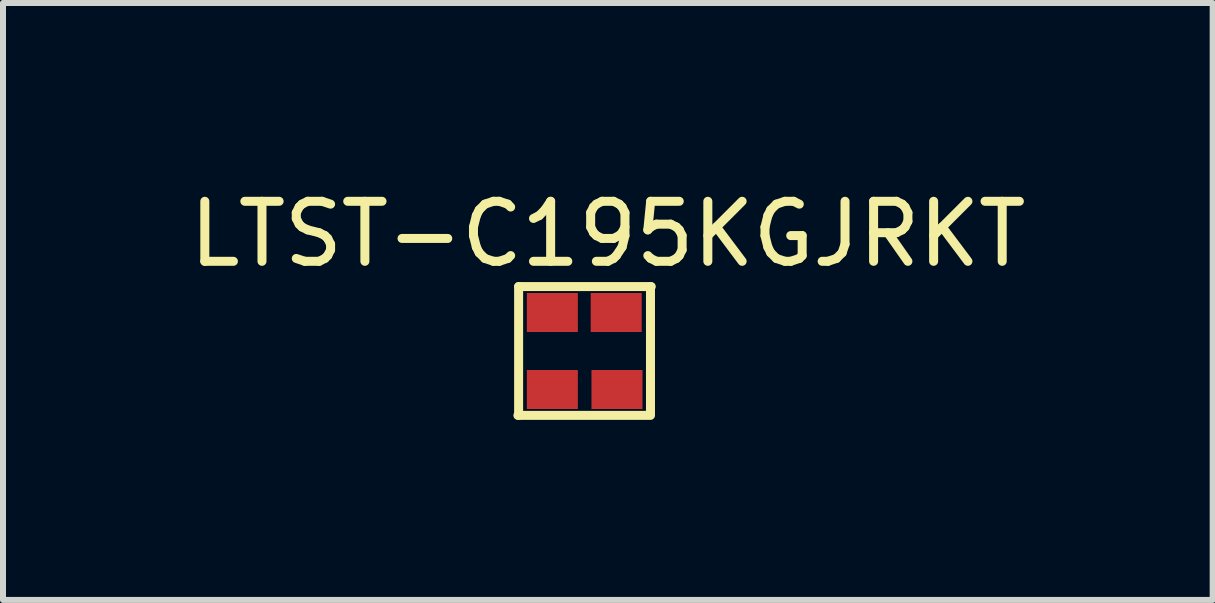
<source format=kicad_pcb>
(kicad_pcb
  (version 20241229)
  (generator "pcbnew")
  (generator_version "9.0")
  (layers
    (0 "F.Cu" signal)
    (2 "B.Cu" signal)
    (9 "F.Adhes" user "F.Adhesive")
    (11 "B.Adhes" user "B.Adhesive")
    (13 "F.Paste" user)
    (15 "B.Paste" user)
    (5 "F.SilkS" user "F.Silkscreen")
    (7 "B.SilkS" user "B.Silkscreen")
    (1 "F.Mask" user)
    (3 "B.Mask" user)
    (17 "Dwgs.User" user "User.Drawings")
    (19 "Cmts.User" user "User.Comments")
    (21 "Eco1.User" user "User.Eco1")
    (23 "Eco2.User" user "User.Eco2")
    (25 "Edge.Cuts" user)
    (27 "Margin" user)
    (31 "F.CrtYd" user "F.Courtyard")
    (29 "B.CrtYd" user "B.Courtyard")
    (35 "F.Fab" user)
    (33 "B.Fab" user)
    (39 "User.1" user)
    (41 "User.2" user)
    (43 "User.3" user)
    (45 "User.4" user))
  (footprint "LTST-C195KGJRKT"
    (layer "F.Cu")
    (at 6.404 2.614)
    (property "Reference" "LTST-C195KGJRKT" (at 0.673 -1.765 0) (layer "F.SilkS") (effects (font (size 1 1) (thickness 0.15))))
    (attr through_hole)
    (fp_line (start -0.813 -0.889) (end -0.787 -0.876) (stroke (width 0.15) (type solid)) (layer "F.SilkS"))
    (fp_line (start -0.813 1.257) (end -0.813 -0.889) (stroke (width 0.15) (type solid)) (layer "F.SilkS"))
    (fp_line (start -0.787 -0.889) (end 1.397 -0.889) (stroke (width 0.15) (type solid)) (layer "F.SilkS"))
    (fp_line (start 1.384 -0.889) (end 1.384 1.232) (stroke (width 0.15) (type solid)) (layer "F.SilkS"))
    (fp_line (start 1.384 1.257) (end -0.825 1.257) (stroke (width 0.15) (type solid)) (layer "F.SilkS"))
    (pad "1" smd rect (at -0.251 -0.457) (size 0.85 0.65) (layers "F.Cu" "F.Mask" "F.Paste"))
    (pad "2" smd rect (at 0.813 -0.457) (size 0.85 0.65) (layers "F.Cu" "F.Mask" "F.Paste"))
    (pad "3" smd rect (at -0.251 0.826) (size 0.85 0.65) (layers "F.Cu" "F.Mask" "F.Paste"))
    (pad "4" smd rect (at 0.826 0.826) (size 0.85 0.65) (layers "F.Cu" "F.Mask" "F.Paste")))
  (gr_rect
    (start -3 -3)
    (end 17.155 6.946)
    (stroke (width 0.1) (type default))
    (fill no)
    (layer "Edge.Cuts")))
</source>
